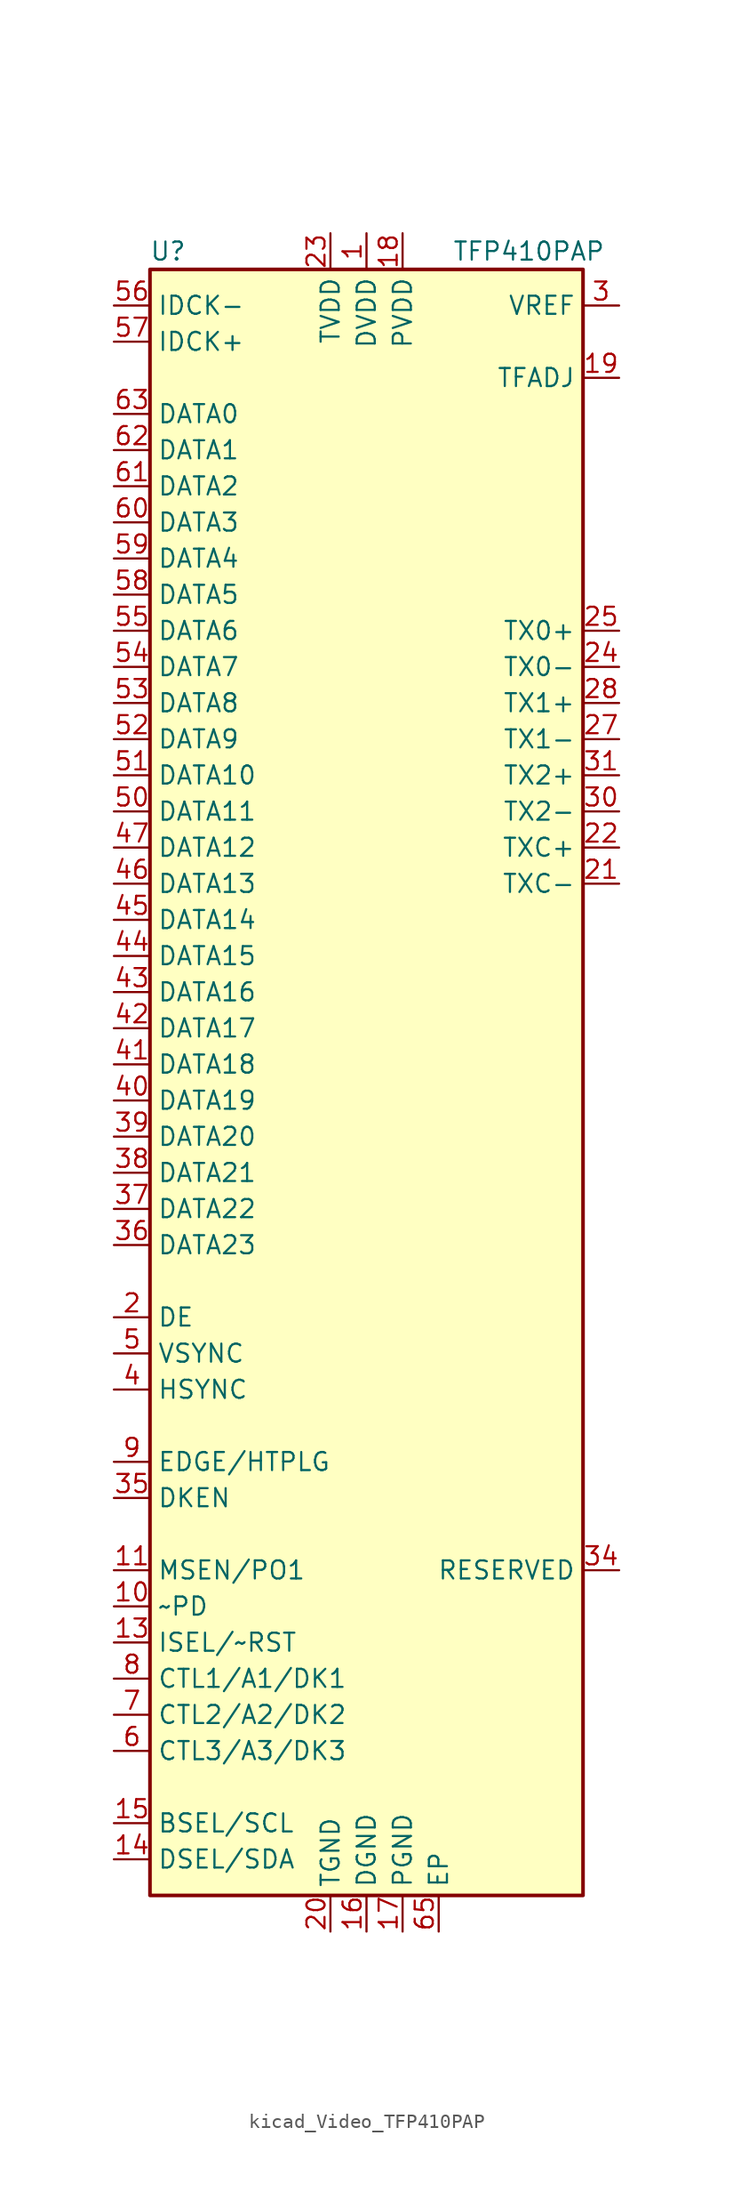
<source format=kicad_sym>
(kicad_symbol_lib
  (version 20220914)
  (generator kicad_symbol_editor)
  (symbol "kicad_Video_TFP410PAP"
    (property "Reference" "U"
      (at -13.97 57.15 0)
      (effects (font (size 1.27 1.27))))
    (property "Value" "TFP410PAP"
      (at 11.43 57.15 0)
      (effects (font (size 1.27 1.27))))
    (symbol "kicad_Video_TFP410PAP_0_1"
      (rectangle (start -15.24 55.88) (end 15.24 -58.42) (stroke (width 0.254) (type default)) (fill (type background))))
    (symbol "kicad_Video_TFP410PAP_1_1"
      (pin power_in line (at 0 58.42 270) (length 2.54) (name "DVDD" (effects (font (size 1.27 1.27)))) (number "1" (effects (font (size 1.27 1.27)))))
      (pin input line (at -17.78 -38.1 0) (length 2.54) (name "~PD" (effects (font (size 1.27 1.27)))) (number "10" (effects (font (size 1.27 1.27)))))
      (pin output line (at -17.78 -35.56 0) (length 2.54) (name "MSEN/PO1" (effects (font (size 1.27 1.27)))) (number "11" (effects (font (size 1.27 1.27)))))
      (pin passive line (at 0 58.42 270) (length 2.54) hide (name "DVDD" (effects (font (size 1.27 1.27)))) (number "12" (effects (font (size 1.27 1.27)))))
      (pin input line (at -17.78 -40.64 0) (length 2.54) (name "ISEL/~RST" (effects (font (size 1.27 1.27)))) (number "13" (effects (font (size 1.27 1.27)))))
      (pin bidirectional line (at -17.78 -55.88 0) (length 2.54) (name "DSEL/SDA" (effects (font (size 1.27 1.27)))) (number "14" (effects (font (size 1.27 1.27)))))
      (pin input line (at -17.78 -53.34 0) (length 2.54) (name "BSEL/SCL" (effects (font (size 1.27 1.27)))) (number "15" (effects (font (size 1.27 1.27)))))
      (pin power_in line (at 0 -60.96 90) (length 2.54) (name "DGND" (effects (font (size 1.27 1.27)))) (number "16" (effects (font (size 1.27 1.27)))))
      (pin power_in line (at 2.54 -60.96 90) (length 2.54) (name "PGND" (effects (font (size 1.27 1.27)))) (number "17" (effects (font (size 1.27 1.27)))))
      (pin power_in line (at 2.54 58.42 270) (length 2.54) (name "PVDD" (effects (font (size 1.27 1.27)))) (number "18" (effects (font (size 1.27 1.27)))))
      (pin input line (at 17.78 48.26 180) (length 2.54) (name "TFADJ" (effects (font (size 1.27 1.27)))) (number "19" (effects (font (size 1.27 1.27)))))
      (pin input line (at -17.78 -17.78 0) (length 2.54) (name "DE" (effects (font (size 1.27 1.27)))) (number "2" (effects (font (size 1.27 1.27)))))
      (pin power_in line (at -2.54 -60.96 90) (length 2.54) (name "TGND" (effects (font (size 1.27 1.27)))) (number "20" (effects (font (size 1.27 1.27)))))
      (pin output line (at 17.78 12.7 180) (length 2.54) (name "TXC-" (effects (font (size 1.27 1.27)))) (number "21" (effects (font (size 1.27 1.27)))))
      (pin output line (at 17.78 15.24 180) (length 2.54) (name "TXC+" (effects (font (size 1.27 1.27)))) (number "22" (effects (font (size 1.27 1.27)))))
      (pin power_in line (at -2.54 58.42 270) (length 2.54) (name "TVDD" (effects (font (size 1.27 1.27)))) (number "23" (effects (font (size 1.27 1.27)))))
      (pin output line (at 17.78 27.94 180) (length 2.54) (name "TX0-" (effects (font (size 1.27 1.27)))) (number "24" (effects (font (size 1.27 1.27)))))
      (pin output line (at 17.78 30.48 180) (length 2.54) (name "TX0+" (effects (font (size 1.27 1.27)))) (number "25" (effects (font (size 1.27 1.27)))))
      (pin passive line (at -2.54 -60.96 90) (length 2.54) hide (name "TGND" (effects (font (size 1.27 1.27)))) (number "26" (effects (font (size 1.27 1.27)))))
      (pin output line (at 17.78 22.86 180) (length 2.54) (name "TX1-" (effects (font (size 1.27 1.27)))) (number "27" (effects (font (size 1.27 1.27)))))
      (pin output line (at 17.78 25.4 180) (length 2.54) (name "TX1+" (effects (font (size 1.27 1.27)))) (number "28" (effects (font (size 1.27 1.27)))))
      (pin passive line (at -2.54 58.42 270) (length 2.54) hide (name "TVDD" (effects (font (size 1.27 1.27)))) (number "29" (effects (font (size 1.27 1.27)))))
      (pin input line (at 17.78 53.34 180) (length 2.54) (name "VREF" (effects (font (size 1.27 1.27)))) (number "3" (effects (font (size 1.27 1.27)))))
      (pin output line (at 17.78 17.78 180) (length 2.54) (name "TX2-" (effects (font (size 1.27 1.27)))) (number "30" (effects (font (size 1.27 1.27)))))
      (pin output line (at 17.78 20.32 180) (length 2.54) (name "TX2+" (effects (font (size 1.27 1.27)))) (number "31" (effects (font (size 1.27 1.27)))))
      (pin passive line (at -2.54 -60.96 90) (length 2.54) hide (name "TGND" (effects (font (size 1.27 1.27)))) (number "32" (effects (font (size 1.27 1.27)))))
      (pin passive line (at 0 58.42 270) (length 2.54) hide (name "DVDD" (effects (font (size 1.27 1.27)))) (number "33" (effects (font (size 1.27 1.27)))))
      (pin input line (at 17.78 -35.56 180) (length 2.54) (name "RESERVED" (effects (font (size 1.27 1.27)))) (number "34" (effects (font (size 1.27 1.27)))))
      (pin input line (at -17.78 -30.48 0) (length 2.54) (name "DKEN" (effects (font (size 1.27 1.27)))) (number "35" (effects (font (size 1.27 1.27)))))
      (pin input line (at -17.78 -12.7 0) (length 2.54) (name "DATA23" (effects (font (size 1.27 1.27)))) (number "36" (effects (font (size 1.27 1.27)))))
      (pin input line (at -17.78 -10.16 0) (length 2.54) (name "DATA22" (effects (font (size 1.27 1.27)))) (number "37" (effects (font (size 1.27 1.27)))))
      (pin input line (at -17.78 -7.62 0) (length 2.54) (name "DATA21" (effects (font (size 1.27 1.27)))) (number "38" (effects (font (size 1.27 1.27)))))
      (pin input line (at -17.78 -5.08 0) (length 2.54) (name "DATA20" (effects (font (size 1.27 1.27)))) (number "39" (effects (font (size 1.27 1.27)))))
      (pin input line (at -17.78 -22.86 0) (length 2.54) (name "HSYNC" (effects (font (size 1.27 1.27)))) (number "4" (effects (font (size 1.27 1.27)))))
      (pin input line (at -17.78 -2.54 0) (length 2.54) (name "DATA19" (effects (font (size 1.27 1.27)))) (number "40" (effects (font (size 1.27 1.27)))))
      (pin input line (at -17.78 0 0) (length 2.54) (name "DATA18" (effects (font (size 1.27 1.27)))) (number "41" (effects (font (size 1.27 1.27)))))
      (pin input line (at -17.78 2.54 0) (length 2.54) (name "DATA17" (effects (font (size 1.27 1.27)))) (number "42" (effects (font (size 1.27 1.27)))))
      (pin input line (at -17.78 5.08 0) (length 2.54) (name "DATA16" (effects (font (size 1.27 1.27)))) (number "43" (effects (font (size 1.27 1.27)))))
      (pin input line (at -17.78 7.62 0) (length 2.54) (name "DATA15" (effects (font (size 1.27 1.27)))) (number "44" (effects (font (size 1.27 1.27)))))
      (pin input line (at -17.78 10.16 0) (length 2.54) (name "DATA14" (effects (font (size 1.27 1.27)))) (number "45" (effects (font (size 1.27 1.27)))))
      (pin input line (at -17.78 12.7 0) (length 2.54) (name "DATA13" (effects (font (size 1.27 1.27)))) (number "46" (effects (font (size 1.27 1.27)))))
      (pin input line (at -17.78 15.24 0) (length 2.54) (name "DATA12" (effects (font (size 1.27 1.27)))) (number "47" (effects (font (size 1.27 1.27)))))
      (pin passive line (at 0 -60.96 90) (length 2.54) hide (name "DGND" (effects (font (size 1.27 1.27)))) (number "48" (effects (font (size 1.27 1.27)))))
      (pin no_connect line (at 15.24 -33.02 180) (length 2.54) hide (name "NC" (effects (font (size 1.27 1.27)))) (number "49" (effects (font (size 1.27 1.27)))))
      (pin input line (at -17.78 -20.32 0) (length 2.54) (name "VSYNC" (effects (font (size 1.27 1.27)))) (number "5" (effects (font (size 1.27 1.27)))))
      (pin input line (at -17.78 17.78 0) (length 2.54) (name "DATA11" (effects (font (size 1.27 1.27)))) (number "50" (effects (font (size 1.27 1.27)))))
      (pin input line (at -17.78 20.32 0) (length 2.54) (name "DATA10" (effects (font (size 1.27 1.27)))) (number "51" (effects (font (size 1.27 1.27)))))
      (pin input line (at -17.78 22.86 0) (length 2.54) (name "DATA9" (effects (font (size 1.27 1.27)))) (number "52" (effects (font (size 1.27 1.27)))))
      (pin input line (at -17.78 25.4 0) (length 2.54) (name "DATA8" (effects (font (size 1.27 1.27)))) (number "53" (effects (font (size 1.27 1.27)))))
      (pin input line (at -17.78 27.94 0) (length 2.54) (name "DATA7" (effects (font (size 1.27 1.27)))) (number "54" (effects (font (size 1.27 1.27)))))
      (pin input line (at -17.78 30.48 0) (length 2.54) (name "DATA6" (effects (font (size 1.27 1.27)))) (number "55" (effects (font (size 1.27 1.27)))))
      (pin input line (at -17.78 53.34 0) (length 2.54) (name "IDCK-" (effects (font (size 1.27 1.27)))) (number "56" (effects (font (size 1.27 1.27)))))
      (pin input line (at -17.78 50.8 0) (length 2.54) (name "IDCK+" (effects (font (size 1.27 1.27)))) (number "57" (effects (font (size 1.27 1.27)))))
      (pin input line (at -17.78 33.02 0) (length 2.54) (name "DATA5" (effects (font (size 1.27 1.27)))) (number "58" (effects (font (size 1.27 1.27)))))
      (pin input line (at -17.78 35.56 0) (length 2.54) (name "DATA4" (effects (font (size 1.27 1.27)))) (number "59" (effects (font (size 1.27 1.27)))))
      (pin input line (at -17.78 -48.26 0) (length 2.54) (name "CTL3/A3/DK3" (effects (font (size 1.27 1.27)))) (number "6" (effects (font (size 1.27 1.27)))))
      (pin input line (at -17.78 38.1 0) (length 2.54) (name "DATA3" (effects (font (size 1.27 1.27)))) (number "60" (effects (font (size 1.27 1.27)))))
      (pin input line (at -17.78 40.64 0) (length 2.54) (name "DATA2" (effects (font (size 1.27 1.27)))) (number "61" (effects (font (size 1.27 1.27)))))
      (pin input line (at -17.78 43.18 0) (length 2.54) (name "DATA1" (effects (font (size 1.27 1.27)))) (number "62" (effects (font (size 1.27 1.27)))))
      (pin input line (at -17.78 45.72 0) (length 2.54) (name "DATA0" (effects (font (size 1.27 1.27)))) (number "63" (effects (font (size 1.27 1.27)))))
      (pin passive line (at 0 -60.96 90) (length 2.54) hide (name "DGND" (effects (font (size 1.27 1.27)))) (number "64" (effects (font (size 1.27 1.27)))))
      (pin power_in line (at 5.08 -60.96 90) (length 2.54) (name "EP" (effects (font (size 1.27 1.27)))) (number "65" (effects (font (size 1.27 1.27)))))
      (pin input line (at -17.78 -45.72 0) (length 2.54) (name "CTL2/A2/DK2" (effects (font (size 1.27 1.27)))) (number "7" (effects (font (size 1.27 1.27)))))
      (pin input line (at -17.78 -43.18 0) (length 2.54) (name "CTL1/A1/DK1" (effects (font (size 1.27 1.27)))) (number "8" (effects (font (size 1.27 1.27)))))
      (pin input line (at -17.78 -27.94 0) (length 2.54) (name "EDGE/HTPLG" (effects (font (size 1.27 1.27)))) (number "9" (effects (font (size 1.27 1.27))))))))
</source>
